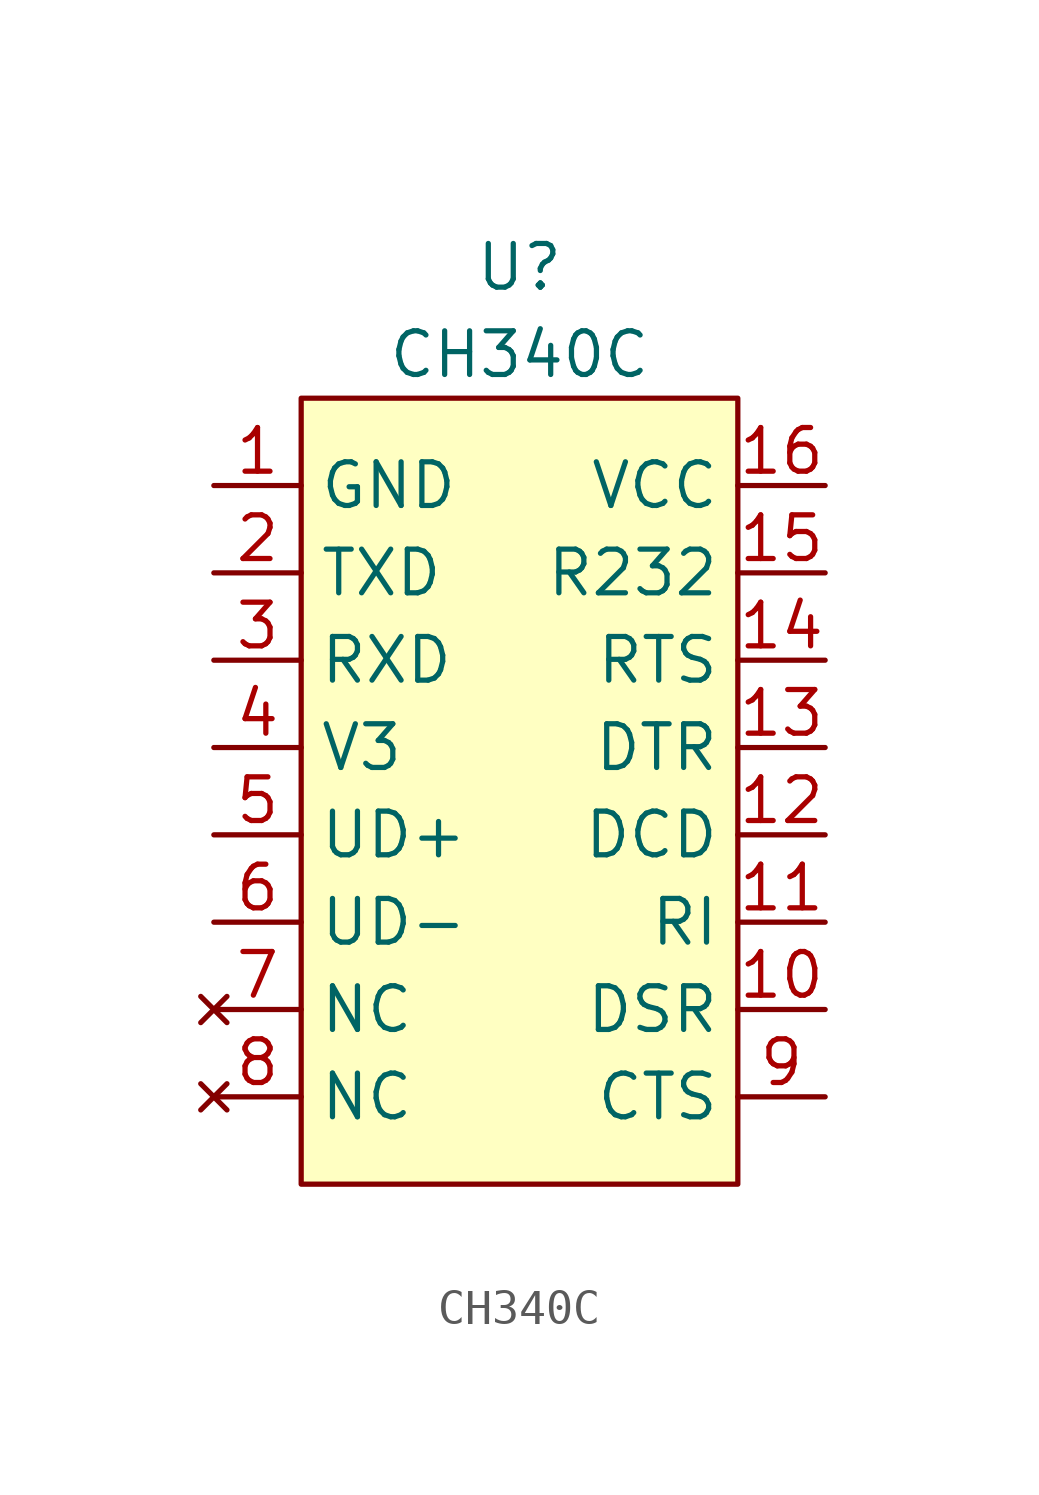
<source format=kicad_sym>
(kicad_symbol_lib
  (version 20220914)
  (generator kicad_symbol_editor)
  (symbol "CH340C"
    (property "Reference" "U"
      (at 0 2.54 0)
      (effects (font (size 1.27 1.27))))
    (property "Value" "CH340C"
      (at 0 0 0)
      (effects (font (size 1.27 1.27))))
    (symbol "CH340C_0_0"
      (pin power_in line (at -8.89 -3.81 0) (length 2.54) (name "GND" (effects (font (size 1.27 1.27)))) (number "1" (effects (font (size 1.27 1.27)))))
      (pin bidirectional line (at 8.89 -19.05 180) (length 2.54) (name "DSR" (effects (font (size 1.27 1.27)))) (number "10" (effects (font (size 1.27 1.27)))))
      (pin bidirectional line (at 8.89 -16.51 180) (length 2.54) (name "RI" (effects (font (size 1.27 1.27)))) (number "11" (effects (font (size 1.27 1.27)))))
      (pin bidirectional line (at 8.89 -13.97 180) (length 2.54) (name "DCD" (effects (font (size 1.27 1.27)))) (number "12" (effects (font (size 1.27 1.27)))))
      (pin bidirectional line (at 8.89 -11.43 180) (length 2.54) (name "DTR" (effects (font (size 1.27 1.27)))) (number "13" (effects (font (size 1.27 1.27)))))
      (pin bidirectional line (at 8.89 -8.89 180) (length 2.54) (name "RTS" (effects (font (size 1.27 1.27)))) (number "14" (effects (font (size 1.27 1.27)))))
      (pin bidirectional line (at 8.89 -6.35 180) (length 2.54) (name "R232" (effects (font (size 1.27 1.27)))) (number "15" (effects (font (size 1.27 1.27)))))
      (pin power_in line (at 8.89 -3.81 180) (length 2.54) (name "VCC" (effects (font (size 1.27 1.27)))) (number "16" (effects (font (size 1.27 1.27)))))
      (pin input line (at -8.89 -6.35 0) (length 2.54) (name "TXD" (effects (font (size 1.27 1.27)))) (number "2" (effects (font (size 1.27 1.27)))))
      (pin input line (at -8.89 -8.89 0) (length 2.54) (name "RXD" (effects (font (size 1.27 1.27)))) (number "3" (effects (font (size 1.27 1.27)))))
      (pin power_in line (at -8.89 -11.43 0) (length 2.54) (name "V3" (effects (font (size 1.27 1.27)))) (number "4" (effects (font (size 1.27 1.27)))))
      (pin bidirectional line (at -8.89 -13.97 0) (length 2.54) (name "UD+" (effects (font (size 1.27 1.27)))) (number "5" (effects (font (size 1.27 1.27)))))
      (pin bidirectional line (at -8.89 -16.51 0) (length 2.54) (name "UD-" (effects (font (size 1.27 1.27)))) (number "6" (effects (font (size 1.27 1.27)))))
      (pin no_connect line (at -8.89 -19.05 0) (length 2.54) (name "NC" (effects (font (size 1.27 1.27)))) (number "7" (effects (font (size 1.27 1.27)))))
      (pin no_connect line (at -8.89 -21.59 0) (length 2.54) (name "NC" (effects (font (size 1.27 1.27)))) (number "8" (effects (font (size 1.27 1.27)))))
      (pin bidirectional line (at 8.89 -21.59 180) (length 2.54) (name "CTS" (effects (font (size 1.27 1.27)))) (number "9" (effects (font (size 1.27 1.27))))))
    (symbol "CH340C_1_1"
      (rectangle (start -6.35 -1.27) (end 6.35 -24.13) (stroke (width 0) (type default)) (fill (type background))))))
</source>
